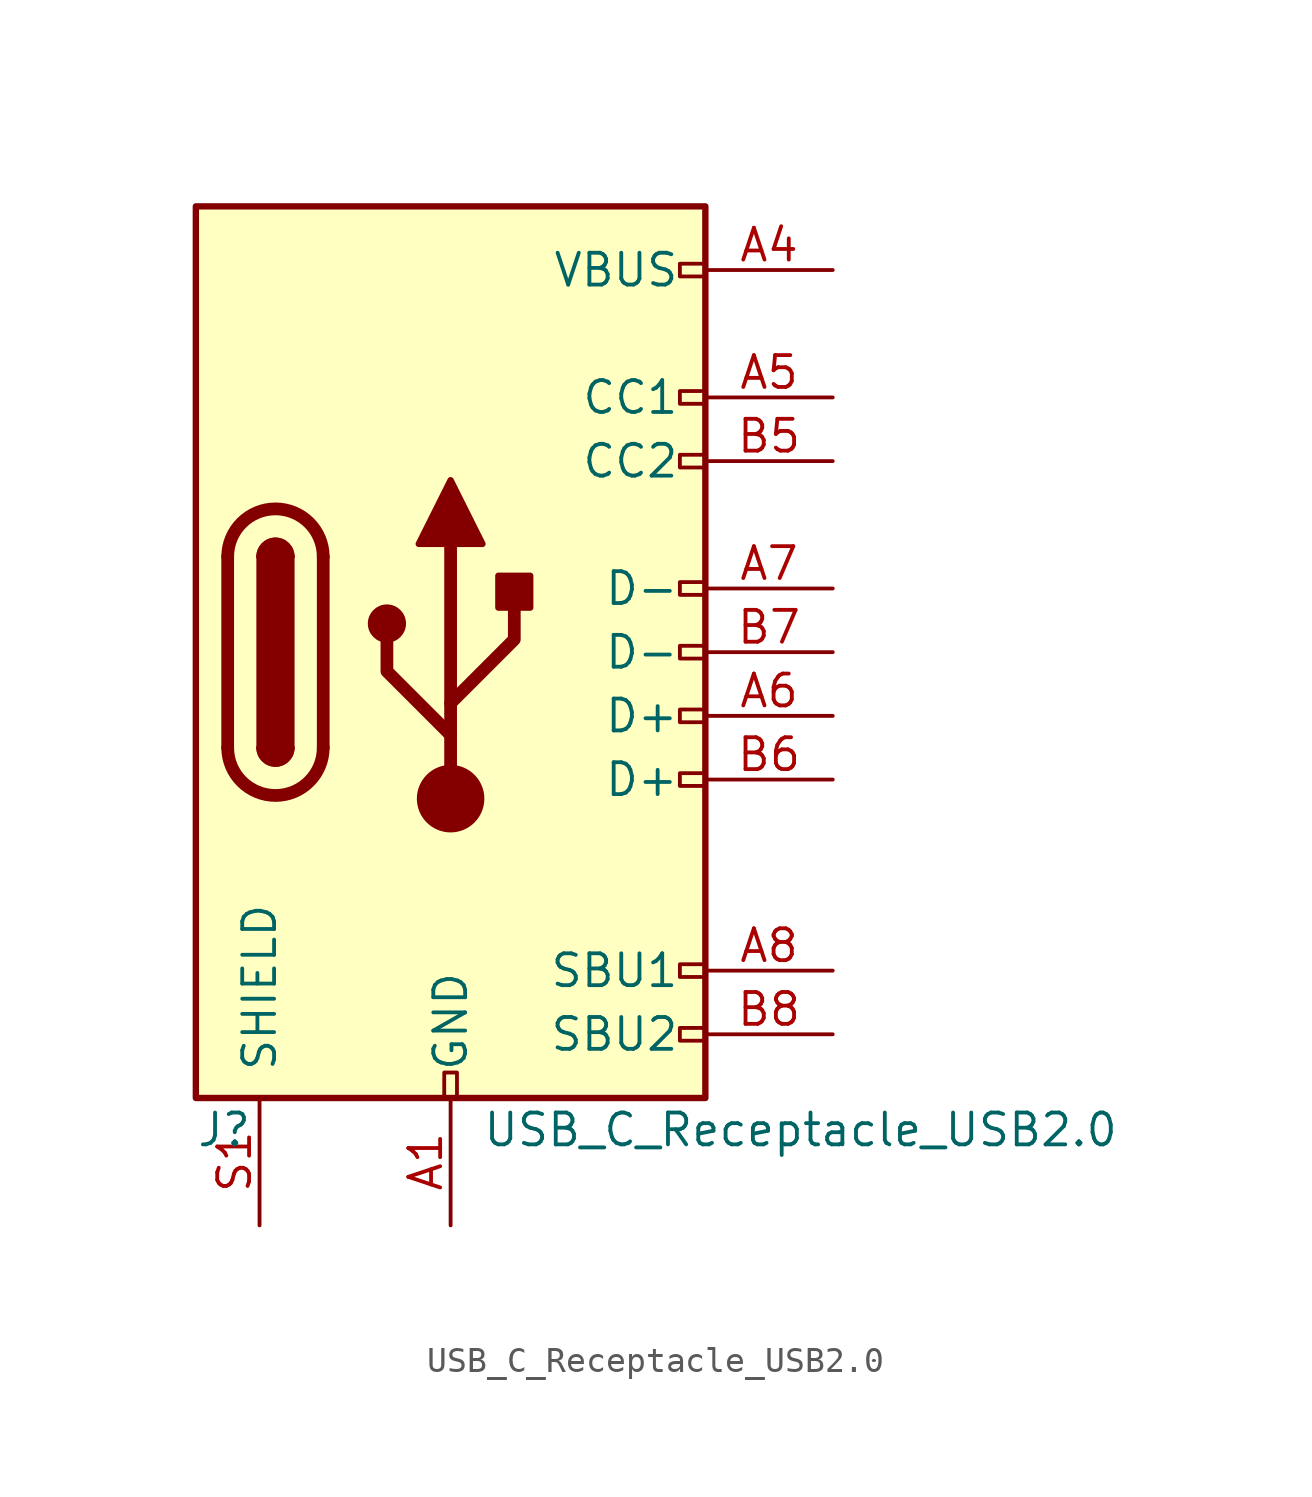
<source format=kicad_sym>
(kicad_symbol_lib
  (version 20241209)
  (generator "kicad_symbol_editor")
  (generator_version "9.0")
  (symbol "USB_C_Receptacle_USB2.0"
    (pin_names
      (offset 1.016))
    (property "Reference" "J"
      (at -10.16 -19.05 0)
      (effects (font (size 1.27 1.27)) (justify left)))
    (property "Value" "USB_C_Receptacle_USB2.0"
      (at 26.67 -19.05 0)
      (effects (font (size 1.27 1.27)) (justify right)))
    (symbol "USB_C_Receptacle_USB2.0_0_0"
      (rectangle (start -0.254 -17.78) (end 0.254 -16.764) (stroke (width 0) (type solid)) (fill (type none)))
      (rectangle (start 10.16 15.494) (end 9.144 14.986) (stroke (width 0) (type solid)) (fill (type none)))
      (rectangle (start 10.16 10.414) (end 9.144 9.906) (stroke (width 0) (type solid)) (fill (type none)))
      (rectangle (start 10.16 7.874) (end 9.144 7.366) (stroke (width 0) (type solid)) (fill (type none)))
      (rectangle (start 10.16 2.794) (end 9.144 2.286) (stroke (width 0) (type solid)) (fill (type none)))
      (rectangle (start 10.16 0.254) (end 9.144 -0.254) (stroke (width 0) (type solid)) (fill (type none)))
      (rectangle (start 10.16 -2.286) (end 9.144 -2.794) (stroke (width 0) (type solid)) (fill (type none)))
      (rectangle (start 10.16 -4.826) (end 9.144 -5.334) (stroke (width 0) (type solid)) (fill (type none)))
      (rectangle (start 10.16 -12.446) (end 9.144 -12.954) (stroke (width 0) (type solid)) (fill (type none)))
      (rectangle (start 10.16 -14.986) (end 9.144 -15.494) (stroke (width 0) (type solid)) (fill (type none))))
    (symbol "USB_C_Receptacle_USB2.0_0_1"
      (rectangle (start -10.16 17.78) (end 10.16 -17.78) (stroke (width 0.254) (type solid)) (fill (type background)))
      (polyline (pts (xy -8.89 -3.81) (xy -8.89 3.81)) (stroke (width 0.508) (type solid)) (fill (type none)))
      (rectangle (start -7.62 -3.81) (end -6.35 3.81) (stroke (width 0.254) (type solid)) (fill (type outline)))
      (arc (start -8.89 3.81) (mid -6.985 5.715) (end -5.08 3.81) (stroke (width 0.508) (type solid)) (fill (type none)))
      (arc (start -7.62 3.81) (mid -6.985 4.445) (end -6.35 3.81) (stroke (width 0.254) (type solid)) (fill (type none)))
      (arc (start -7.62 3.81) (mid -6.985 4.445) (end -6.35 3.81) (stroke (width 0.254) (type solid)) (fill (type outline)))
      (arc (start -6.35 -3.81) (mid -6.985 -4.445) (end -7.62 -3.81) (stroke (width 0.254) (type solid)) (fill (type none)))
      (arc (start -6.35 -3.81) (mid -6.985 -4.445) (end -7.62 -3.81) (stroke (width 0.254) (type solid)) (fill (type outline)))
      (arc (start -5.08 -3.81) (mid -6.985 -5.715) (end -8.89 -3.81) (stroke (width 0.508) (type solid)) (fill (type none)))
      (polyline (pts (xy -5.08 3.81) (xy -5.08 -3.81)) (stroke (width 0.508) (type solid)) (fill (type none)))
      (circle (center -2.54 1.143) (radius 0.635) (stroke (width 0.254) (type solid)) (fill (type outline)))
      (polyline (pts (xy -1.27 4.318) (xy 0 6.858) (xy 1.27 4.318) (xy -1.27 4.318)) (stroke (width 0.254) (type solid)) (fill (type outline)))
      (polyline (pts (xy 0 -2.032) (xy 2.54 0.508) (xy 2.54 1.778)) (stroke (width 0.508) (type solid)) (fill (type none)))
      (polyline (pts (xy 0 -3.302) (xy -2.54 -0.762) (xy -2.54 0.508)) (stroke (width 0.508) (type solid)) (fill (type none)))
      (polyline (pts (xy 0 -5.842) (xy 0 4.318)) (stroke (width 0.508) (type solid)) (fill (type none)))
      (circle (center 0 -5.842) (radius 1.27) (stroke (width 0) (type solid)) (fill (type outline)))
      (rectangle (start 1.905 1.778) (end 3.175 3.048) (stroke (width 0.254) (type solid)) (fill (type outline))))
    (symbol "USB_C_Receptacle_USB2.0_1_1"
      (pin passive line (at -7.62 -22.86 90) (length 5.08) (name "SHIELD" (effects (font (size 1.27 1.27)))) (number "S1" (effects (font (size 1.27 1.27)))))
      (pin passive line (at 0 -22.86 90) (length 5.08) (name "GND" (effects (font (size 1.27 1.27)))) (number "A1" (effects (font (size 1.27 1.27)))))
      (pin passive line (at 0 -22.86 90) (length 5.08) (hide yes) (name "GND" (effects (font (size 1.27 1.27)))) (number "A12" (effects (font (size 1.27 1.27)))))
      (pin passive line (at 0 -22.86 90) (length 5.08) (hide yes) (name "GND" (effects (font (size 1.27 1.27)))) (number "B1" (effects (font (size 1.27 1.27)))))
      (pin passive line (at 0 -22.86 90) (length 5.08) (hide yes) (name "GND" (effects (font (size 1.27 1.27)))) (number "B12" (effects (font (size 1.27 1.27)))))
      (pin passive line (at 15.24 15.24 180) (length 5.08) (name "VBUS" (effects (font (size 1.27 1.27)))) (number "A4" (effects (font (size 1.27 1.27)))))
      (pin passive line (at 15.24 15.24 180) (length 5.08) (hide yes) (name "VBUS" (effects (font (size 1.27 1.27)))) (number "A9" (effects (font (size 1.27 1.27)))))
      (pin passive line (at 15.24 15.24 180) (length 5.08) (hide yes) (name "VBUS" (effects (font (size 1.27 1.27)))) (number "B4" (effects (font (size 1.27 1.27)))))
      (pin passive line (at 15.24 15.24 180) (length 5.08) (hide yes) (name "VBUS" (effects (font (size 1.27 1.27)))) (number "B9" (effects (font (size 1.27 1.27)))))
      (pin bidirectional line (at 15.24 10.16 180) (length 5.08) (name "CC1" (effects (font (size 1.27 1.27)))) (number "A5" (effects (font (size 1.27 1.27)))))
      (pin bidirectional line (at 15.24 7.62 180) (length 5.08) (name "CC2" (effects (font (size 1.27 1.27)))) (number "B5" (effects (font (size 1.27 1.27)))))
      (pin bidirectional line (at 15.24 2.54 180) (length 5.08) (name "D-" (effects (font (size 1.27 1.27)))) (number "A7" (effects (font (size 1.27 1.27)))))
      (pin bidirectional line (at 15.24 0 180) (length 5.08) (name "D-" (effects (font (size 1.27 1.27)))) (number "B7" (effects (font (size 1.27 1.27)))))
      (pin bidirectional line (at 15.24 -2.54 180) (length 5.08) (name "D+" (effects (font (size 1.27 1.27)))) (number "A6" (effects (font (size 1.27 1.27)))))
      (pin bidirectional line (at 15.24 -5.08 180) (length 5.08) (name "D+" (effects (font (size 1.27 1.27)))) (number "B6" (effects (font (size 1.27 1.27)))))
      (pin bidirectional line (at 15.24 -12.7 180) (length 5.08) (name "SBU1" (effects (font (size 1.27 1.27)))) (number "A8" (effects (font (size 1.27 1.27)))))
      (pin bidirectional line (at 15.24 -15.24 180) (length 5.08) (name "SBU2" (effects (font (size 1.27 1.27)))) (number "B8" (effects (font (size 1.27 1.27))))))))
</source>
